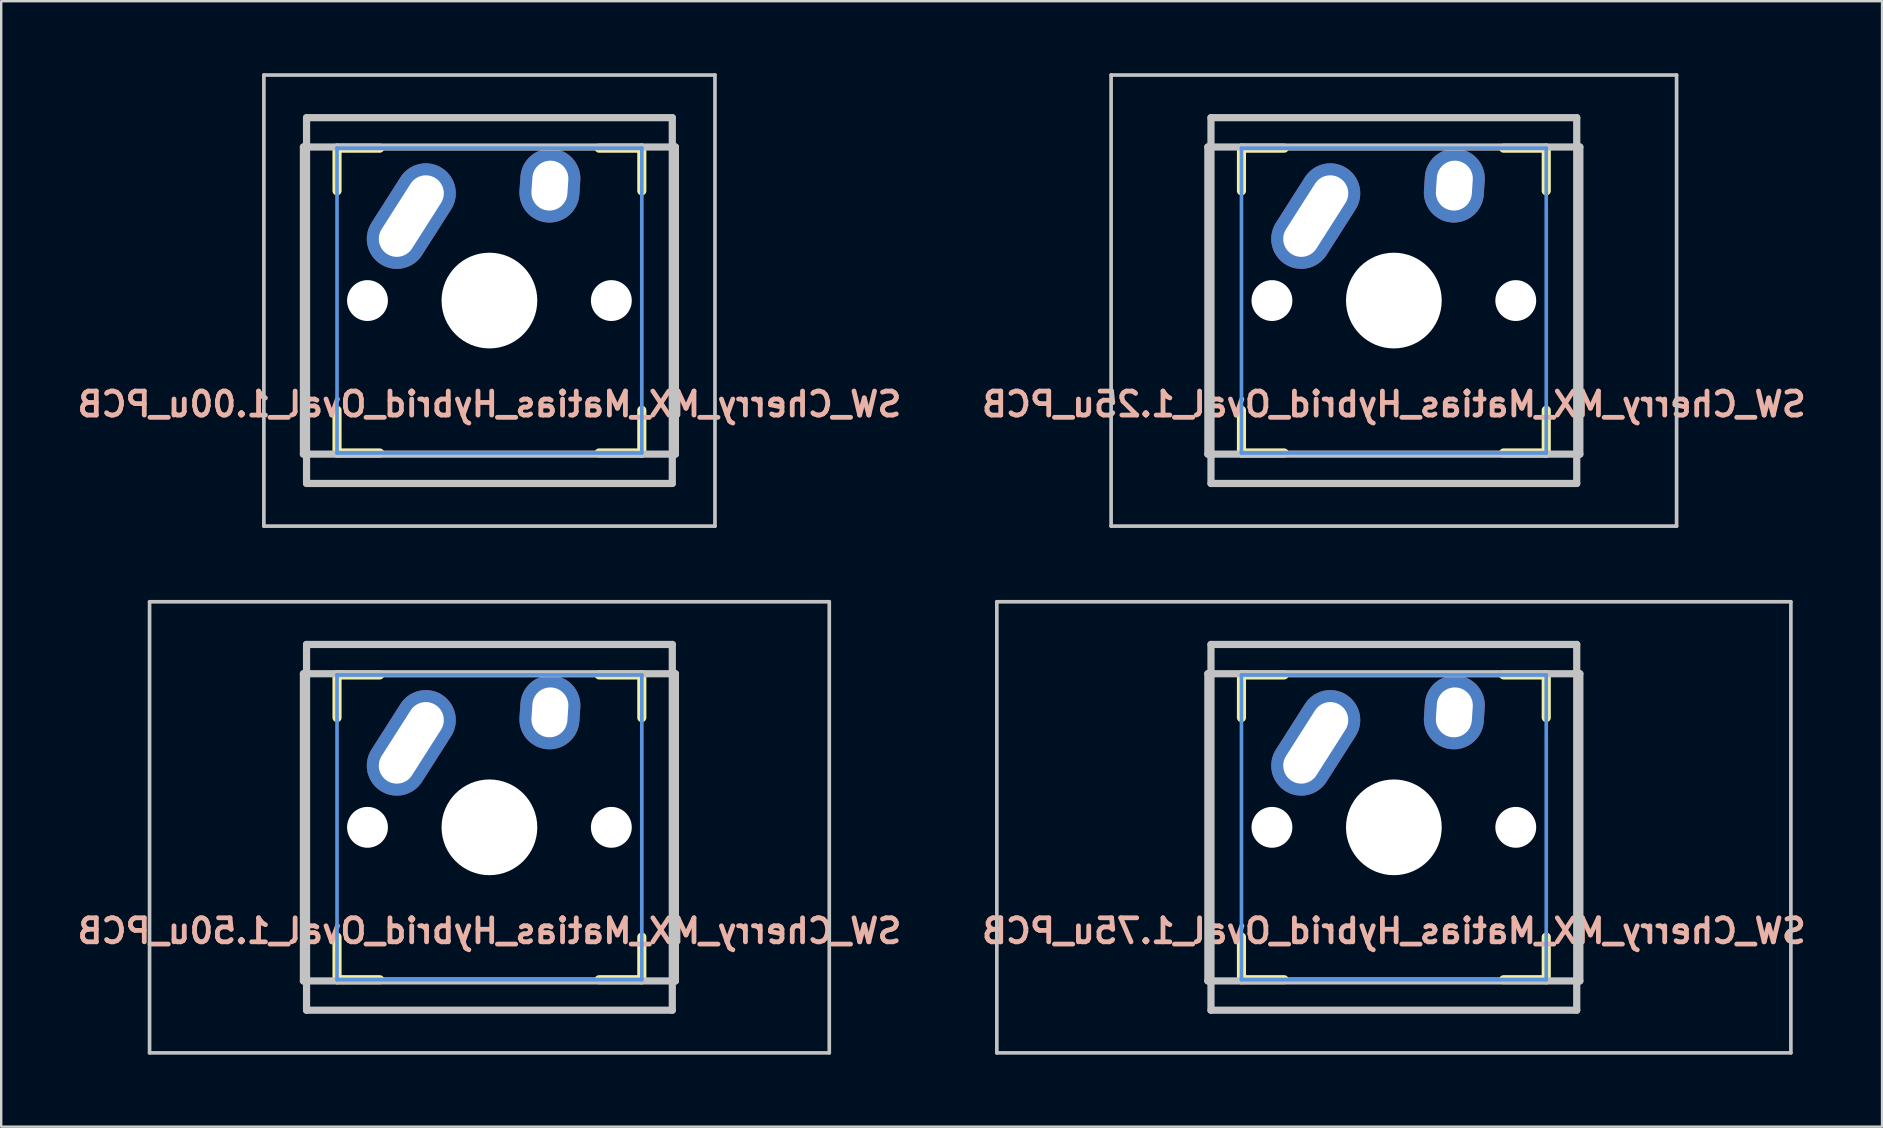
<source format=kicad_pcb>
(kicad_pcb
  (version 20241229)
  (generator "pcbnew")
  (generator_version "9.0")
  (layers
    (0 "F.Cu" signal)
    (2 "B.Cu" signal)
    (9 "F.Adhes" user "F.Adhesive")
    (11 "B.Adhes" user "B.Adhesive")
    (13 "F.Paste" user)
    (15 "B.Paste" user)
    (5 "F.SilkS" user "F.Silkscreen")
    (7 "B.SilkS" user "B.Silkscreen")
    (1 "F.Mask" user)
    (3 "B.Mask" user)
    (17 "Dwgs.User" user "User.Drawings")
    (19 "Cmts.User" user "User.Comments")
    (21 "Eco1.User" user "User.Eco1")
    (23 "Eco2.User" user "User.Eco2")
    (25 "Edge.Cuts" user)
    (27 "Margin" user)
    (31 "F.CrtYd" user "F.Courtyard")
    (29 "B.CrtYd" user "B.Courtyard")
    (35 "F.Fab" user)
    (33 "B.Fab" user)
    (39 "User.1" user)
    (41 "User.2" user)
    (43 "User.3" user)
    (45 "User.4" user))
  (footprint "SW_Cherry_MX_Matias_Hybrid_Oval_1.25u_PCB"
    (layer "F.Cu")
    (at 55.029 9.474)
    (property "Reference" "SW_Cherry_MX_Matias_Hybrid_Oval_1.25u_PCB" (at 0 4.318 0) (layer "B.SilkS") (effects (font (size 1 1) (thickness 0.2)) (justify mirror)))
    (attr through_hole)
    (fp_line (start -6.35 -6.35) (end -4.572 -6.35) (stroke (width 0.381) (type solid)) (layer "F.SilkS"))
    (fp_line (start -6.35 -4.572) (end -6.35 -6.35) (stroke (width 0.381) (type solid)) (layer "F.SilkS"))
    (fp_line (start -6.35 6.35) (end -6.35 4.572) (stroke (width 0.381) (type solid)) (layer "F.SilkS"))
    (fp_line (start -4.572 6.35) (end -6.35 6.35) (stroke (width 0.381) (type solid)) (layer "F.SilkS"))
    (fp_line (start 4.572 -6.35) (end 6.35 -6.35) (stroke (width 0.381) (type solid)) (layer "F.SilkS"))
    (fp_line (start 6.35 -6.35) (end 6.35 -4.572) (stroke (width 0.381) (type solid)) (layer "F.SilkS"))
    (fp_line (start 6.35 4.572) (end 6.35 6.35) (stroke (width 0.381) (type solid)) (layer "F.SilkS"))
    (fp_line (start 6.35 6.35) (end 4.572 6.35) (stroke (width 0.381) (type solid)) (layer "F.SilkS"))
    (fp_line (start -11.781 -9.398) (end 11.781 -9.398) (stroke (width 0.152) (type solid)) (layer "Dwgs.User"))
    (fp_line (start -11.781 9.398) (end -11.781 -9.398) (stroke (width 0.152) (type solid)) (layer "Dwgs.User"))
    (fp_line (start -7.75 6.4) (end -7.75 -6.4) (stroke (width 0.3) (type solid)) (layer "Dwgs.User"))
    (fp_line (start -7.75 6.4) (end 7.75 6.4) (stroke (width 0.3) (type solid)) (layer "Dwgs.User"))
    (fp_line (start -7.62 -7.62) (end 7.62 -7.62) (stroke (width 0.3) (type solid)) (layer "Dwgs.User"))
    (fp_line (start -7.62 7.62) (end -7.62 -7.62) (stroke (width 0.3) (type solid)) (layer "Dwgs.User"))
    (fp_line (start 7.62 -7.62) (end 7.62 7.62) (stroke (width 0.3) (type solid)) (layer "Dwgs.User"))
    (fp_line (start 7.62 7.62) (end -7.62 7.62) (stroke (width 0.3) (type solid)) (layer "Dwgs.User"))
    (fp_line (start 7.75 -6.4) (end -7.75 -6.4) (stroke (width 0.3) (type solid)) (layer "Dwgs.User"))
    (fp_line (start 7.75 6.4) (end 7.75 -6.4) (stroke (width 0.3) (type solid)) (layer "Dwgs.User"))
    (fp_line (start 11.781 -9.398) (end 11.781 9.398) (stroke (width 0.152) (type solid)) (layer "Dwgs.User"))
    (fp_line (start 11.781 9.398) (end -11.781 9.398) (stroke (width 0.152) (type solid)) (layer "Dwgs.User"))
    (fp_line (start -6.35 -6.35) (end 6.35 -6.35) (stroke (width 0.152) (type solid)) (layer "Cmts.User"))
    (fp_line (start -6.35 6.35) (end -6.35 -6.35) (stroke (width 0.152) (type solid)) (layer "Cmts.User"))
    (fp_line (start 6.35 -6.35) (end 6.35 6.35) (stroke (width 0.152) (type solid)) (layer "Cmts.User"))
    (fp_line (start 6.35 6.35) (end -6.35 6.35) (stroke (width 0.152) (type solid)) (layer "Cmts.User"))
    (fp_line (start -6.985 -6.985) (end 6.985 -6.985) (stroke (width 0.152) (type solid)) (layer "Eco2.User"))
    (fp_line (start -6.985 6.985) (end -6.985 -6.985) (stroke (width 0.152) (type solid)) (layer "Eco2.User"))
    (fp_line (start 6.985 -6.985) (end 6.985 6.985) (stroke (width 0.152) (type solid)) (layer "Eco2.User"))
    (fp_line (start 6.985 6.985) (end -6.985 6.985) (stroke (width 0.152) (type solid)) (layer "Eco2.User"))
    (pad "" np_thru_hole circle (at -5.08 0) (size 1.702 1.702) (drill 1.702) (layers "*.Cu" "*.Mask"))
    (pad "" np_thru_hole circle (at 0 0) (size 3.988 3.988) (drill 3.988) (layers "*.Cu" "*.Mask"))
    (pad "" np_thru_hole circle (at 5.08 0) (size 1.702 1.702) (drill 1.702) (layers "*.Cu" "*.Mask"))
    (pad "1" thru_hole oval (at 2.52 -4.79 356.1) (size 2.5 3.08) (drill oval 1.5 2.08) (layers "*.Cu" "*.Mask"))
    (pad "2" thru_hole oval (at -3.255 -3.52 327.5) (size 2.5 4.75) (drill oval 1.5 3.75) (layers "*.Cu" "*.Mask")))
  (footprint "SW_Cherry_MX_Matias_Hybrid_Oval_1.50u_PCB"
    (layer "F.Cu")
    (at 17.343 31.423)
    (property "Reference" "SW_Cherry_MX_Matias_Hybrid_Oval_1.50u_PCB" (at 0 4.318 0) (layer "B.SilkS") (effects (font (size 1 1) (thickness 0.2)) (justify mirror)))
    (attr through_hole)
    (fp_line (start -6.35 -6.35) (end -4.572 -6.35) (stroke (width 0.381) (type solid)) (layer "F.SilkS"))
    (fp_line (start -6.35 -4.572) (end -6.35 -6.35) (stroke (width 0.381) (type solid)) (layer "F.SilkS"))
    (fp_line (start -6.35 6.35) (end -6.35 4.572) (stroke (width 0.381) (type solid)) (layer "F.SilkS"))
    (fp_line (start -4.572 6.35) (end -6.35 6.35) (stroke (width 0.381) (type solid)) (layer "F.SilkS"))
    (fp_line (start 4.572 -6.35) (end 6.35 -6.35) (stroke (width 0.381) (type solid)) (layer "F.SilkS"))
    (fp_line (start 6.35 -6.35) (end 6.35 -4.572) (stroke (width 0.381) (type solid)) (layer "F.SilkS"))
    (fp_line (start 6.35 4.572) (end 6.35 6.35) (stroke (width 0.381) (type solid)) (layer "F.SilkS"))
    (fp_line (start 6.35 6.35) (end 4.572 6.35) (stroke (width 0.381) (type solid)) (layer "F.SilkS"))
    (fp_line (start -14.161 -9.398) (end 14.161 -9.398) (stroke (width 0.152) (type solid)) (layer "Dwgs.User"))
    (fp_line (start -14.161 9.398) (end -14.161 -9.398) (stroke (width 0.152) (type solid)) (layer "Dwgs.User"))
    (fp_line (start -7.75 6.4) (end -7.75 -6.4) (stroke (width 0.3) (type solid)) (layer "Dwgs.User"))
    (fp_line (start -7.75 6.4) (end 7.75 6.4) (stroke (width 0.3) (type solid)) (layer "Dwgs.User"))
    (fp_line (start -7.62 -7.62) (end 7.62 -7.62) (stroke (width 0.3) (type solid)) (layer "Dwgs.User"))
    (fp_line (start -7.62 7.62) (end -7.62 -7.62) (stroke (width 0.3) (type solid)) (layer "Dwgs.User"))
    (fp_line (start 7.62 -7.62) (end 7.62 7.62) (stroke (width 0.3) (type solid)) (layer "Dwgs.User"))
    (fp_line (start 7.62 7.62) (end -7.62 7.62) (stroke (width 0.3) (type solid)) (layer "Dwgs.User"))
    (fp_line (start 7.75 -6.4) (end -7.75 -6.4) (stroke (width 0.3) (type solid)) (layer "Dwgs.User"))
    (fp_line (start 7.75 6.4) (end 7.75 -6.4) (stroke (width 0.3) (type solid)) (layer "Dwgs.User"))
    (fp_line (start 14.161 -9.398) (end 14.161 9.398) (stroke (width 0.152) (type solid)) (layer "Dwgs.User"))
    (fp_line (start 14.161 9.398) (end -14.161 9.398) (stroke (width 0.152) (type solid)) (layer "Dwgs.User"))
    (fp_line (start -6.35 -6.35) (end 6.35 -6.35) (stroke (width 0.152) (type solid)) (layer "Cmts.User"))
    (fp_line (start -6.35 6.35) (end -6.35 -6.35) (stroke (width 0.152) (type solid)) (layer "Cmts.User"))
    (fp_line (start 6.35 -6.35) (end 6.35 6.35) (stroke (width 0.152) (type solid)) (layer "Cmts.User"))
    (fp_line (start 6.35 6.35) (end -6.35 6.35) (stroke (width 0.152) (type solid)) (layer "Cmts.User"))
    (fp_line (start -6.985 -6.985) (end 6.985 -6.985) (stroke (width 0.152) (type solid)) (layer "Eco2.User"))
    (fp_line (start -6.985 6.985) (end -6.985 -6.985) (stroke (width 0.152) (type solid)) (layer "Eco2.User"))
    (fp_line (start 6.985 -6.985) (end 6.985 6.985) (stroke (width 0.152) (type solid)) (layer "Eco2.User"))
    (fp_line (start 6.985 6.985) (end -6.985 6.985) (stroke (width 0.152) (type solid)) (layer "Eco2.User"))
    (pad "" np_thru_hole circle (at -5.08 0) (size 1.702 1.702) (drill 1.702) (layers "*.Cu" "*.Mask"))
    (pad "" np_thru_hole circle (at 0 0) (size 3.988 3.988) (drill 3.988) (layers "*.Cu" "*.Mask"))
    (pad "" np_thru_hole circle (at 5.08 0) (size 1.702 1.702) (drill 1.702) (layers "*.Cu" "*.Mask"))
    (pad "1" thru_hole oval (at 2.52 -4.79 356.1) (size 2.5 3.08) (drill oval 1.5 2.08) (layers "*.Cu" "*.Mask"))
    (pad "2" thru_hole oval (at -3.255 -3.52 327.5) (size 2.5 4.75) (drill oval 1.5 3.75) (layers "*.Cu" "*.Mask")))
  (footprint "SW_Cherry_MX_Matias_Hybrid_Oval_1.00u_PCB"
    (layer "F.Cu")
    (at 17.343 9.474)
    (property "Reference" "SW_Cherry_MX_Matias_Hybrid_Oval_1.00u_PCB" (at 0 4.318 0) (layer "B.SilkS") (effects (font (size 1 1) (thickness 0.2)) (justify mirror)))
    (attr through_hole)
    (fp_line (start -6.35 -6.35) (end -4.572 -6.35) (stroke (width 0.381) (type solid)) (layer "F.SilkS"))
    (fp_line (start -6.35 -4.572) (end -6.35 -6.35) (stroke (width 0.381) (type solid)) (layer "F.SilkS"))
    (fp_line (start -6.35 6.35) (end -6.35 4.572) (stroke (width 0.381) (type solid)) (layer "F.SilkS"))
    (fp_line (start -4.572 6.35) (end -6.35 6.35) (stroke (width 0.381) (type solid)) (layer "F.SilkS"))
    (fp_line (start 4.572 -6.35) (end 6.35 -6.35) (stroke (width 0.381) (type solid)) (layer "F.SilkS"))
    (fp_line (start 6.35 -6.35) (end 6.35 -4.572) (stroke (width 0.381) (type solid)) (layer "F.SilkS"))
    (fp_line (start 6.35 4.572) (end 6.35 6.35) (stroke (width 0.381) (type solid)) (layer "F.SilkS"))
    (fp_line (start 6.35 6.35) (end 4.572 6.35) (stroke (width 0.381) (type solid)) (layer "F.SilkS"))
    (fp_line (start -9.398 -9.398) (end 9.398 -9.398) (stroke (width 0.152) (type solid)) (layer "Dwgs.User"))
    (fp_line (start -9.398 9.398) (end -9.398 -9.398) (stroke (width 0.152) (type solid)) (layer "Dwgs.User"))
    (fp_line (start -7.75 6.4) (end -7.75 -6.4) (stroke (width 0.3) (type solid)) (layer "Dwgs.User"))
    (fp_line (start -7.75 6.4) (end 7.75 6.4) (stroke (width 0.3) (type solid)) (layer "Dwgs.User"))
    (fp_line (start -7.62 -7.62) (end 7.62 -7.62) (stroke (width 0.3) (type solid)) (layer "Dwgs.User"))
    (fp_line (start -7.62 7.62) (end -7.62 -7.62) (stroke (width 0.3) (type solid)) (layer "Dwgs.User"))
    (fp_line (start 7.62 -7.62) (end 7.62 7.62) (stroke (width 0.3) (type solid)) (layer "Dwgs.User"))
    (fp_line (start 7.62 7.62) (end -7.62 7.62) (stroke (width 0.3) (type solid)) (layer "Dwgs.User"))
    (fp_line (start 7.75 -6.4) (end -7.75 -6.4) (stroke (width 0.3) (type solid)) (layer "Dwgs.User"))
    (fp_line (start 7.75 6.4) (end 7.75 -6.4) (stroke (width 0.3) (type solid)) (layer "Dwgs.User"))
    (fp_line (start 9.398 -9.398) (end 9.398 9.398) (stroke (width 0.152) (type solid)) (layer "Dwgs.User"))
    (fp_line (start 9.398 9.398) (end -9.398 9.398) (stroke (width 0.152) (type solid)) (layer "Dwgs.User"))
    (fp_line (start -6.35 -6.35) (end 6.35 -6.35) (stroke (width 0.152) (type solid)) (layer "Cmts.User"))
    (fp_line (start -6.35 6.35) (end -6.35 -6.35) (stroke (width 0.152) (type solid)) (layer "Cmts.User"))
    (fp_line (start 6.35 -6.35) (end 6.35 6.35) (stroke (width 0.152) (type solid)) (layer "Cmts.User"))
    (fp_line (start 6.35 6.35) (end -6.35 6.35) (stroke (width 0.152) (type solid)) (layer "Cmts.User"))
    (fp_line (start -6.985 -6.985) (end 6.985 -6.985) (stroke (width 0.152) (type solid)) (layer "Eco2.User"))
    (fp_line (start -6.985 6.985) (end -6.985 -6.985) (stroke (width 0.152) (type solid)) (layer "Eco2.User"))
    (fp_line (start 6.985 -6.985) (end 6.985 6.985) (stroke (width 0.152) (type solid)) (layer "Eco2.User"))
    (fp_line (start 6.985 6.985) (end -6.985 6.985) (stroke (width 0.152) (type solid)) (layer "Eco2.User"))
    (pad "" np_thru_hole circle (at -5.08 0) (size 1.702 1.702) (drill 1.702) (layers "*.Cu" "*.Mask"))
    (pad "" np_thru_hole circle (at 0 0) (size 3.988 3.988) (drill 3.988) (layers "*.Cu" "*.Mask"))
    (pad "" np_thru_hole circle (at 5.08 0) (size 1.702 1.702) (drill 1.702) (layers "*.Cu" "*.Mask"))
    (pad "1" thru_hole oval (at 2.52 -4.79 356.1) (size 2.5 3.08) (drill oval 1.5 2.08) (layers "*.Cu" "*.Mask"))
    (pad "2" thru_hole oval (at -3.255 -3.52 327.5) (size 2.5 4.75) (drill oval 1.5 3.75) (layers "*.Cu" "*.Mask")))
  (footprint "SW_Cherry_MX_Matias_Hybrid_Oval_1.75u_PCB"
    (layer "F.Cu")
    (at 55.029 31.423)
    (property "Reference" "SW_Cherry_MX_Matias_Hybrid_Oval_1.75u_PCB" (at 0 4.318 0) (layer "B.SilkS") (effects (font (size 1 1) (thickness 0.2)) (justify mirror)))
    (attr through_hole)
    (fp_line (start -6.35 -6.35) (end -4.572 -6.35) (stroke (width 0.381) (type solid)) (layer "F.SilkS"))
    (fp_line (start -6.35 -4.572) (end -6.35 -6.35) (stroke (width 0.381) (type solid)) (layer "F.SilkS"))
    (fp_line (start -6.35 6.35) (end -6.35 4.572) (stroke (width 0.381) (type solid)) (layer "F.SilkS"))
    (fp_line (start -4.572 6.35) (end -6.35 6.35) (stroke (width 0.381) (type solid)) (layer "F.SilkS"))
    (fp_line (start 4.572 -6.35) (end 6.35 -6.35) (stroke (width 0.381) (type solid)) (layer "F.SilkS"))
    (fp_line (start 6.35 -6.35) (end 6.35 -4.572) (stroke (width 0.381) (type solid)) (layer "F.SilkS"))
    (fp_line (start 6.35 4.572) (end 6.35 6.35) (stroke (width 0.381) (type solid)) (layer "F.SilkS"))
    (fp_line (start 6.35 6.35) (end 4.572 6.35) (stroke (width 0.381) (type solid)) (layer "F.SilkS"))
    (fp_line (start -16.543 -9.398) (end 16.543 -9.398) (stroke (width 0.152) (type solid)) (layer "Dwgs.User"))
    (fp_line (start -16.543 9.398) (end -16.543 -9.398) (stroke (width 0.152) (type solid)) (layer "Dwgs.User"))
    (fp_line (start -7.75 6.4) (end -7.75 -6.4) (stroke (width 0.3) (type solid)) (layer "Dwgs.User"))
    (fp_line (start -7.75 6.4) (end 7.75 6.4) (stroke (width 0.3) (type solid)) (layer "Dwgs.User"))
    (fp_line (start -7.62 -7.62) (end 7.62 -7.62) (stroke (width 0.3) (type solid)) (layer "Dwgs.User"))
    (fp_line (start -7.62 7.62) (end -7.62 -7.62) (stroke (width 0.3) (type solid)) (layer "Dwgs.User"))
    (fp_line (start 7.62 -7.62) (end 7.62 7.62) (stroke (width 0.3) (type solid)) (layer "Dwgs.User"))
    (fp_line (start 7.62 7.62) (end -7.62 7.62) (stroke (width 0.3) (type solid)) (layer "Dwgs.User"))
    (fp_line (start 7.75 -6.4) (end -7.75 -6.4) (stroke (width 0.3) (type solid)) (layer "Dwgs.User"))
    (fp_line (start 7.75 6.4) (end 7.75 -6.4) (stroke (width 0.3) (type solid)) (layer "Dwgs.User"))
    (fp_line (start 16.543 -9.398) (end 16.543 9.398) (stroke (width 0.152) (type solid)) (layer "Dwgs.User"))
    (fp_line (start 16.543 9.398) (end -16.543 9.398) (stroke (width 0.152) (type solid)) (layer "Dwgs.User"))
    (fp_line (start -6.35 -6.35) (end 6.35 -6.35) (stroke (width 0.152) (type solid)) (layer "Cmts.User"))
    (fp_line (start -6.35 6.35) (end -6.35 -6.35) (stroke (width 0.152) (type solid)) (layer "Cmts.User"))
    (fp_line (start 6.35 -6.35) (end 6.35 6.35) (stroke (width 0.152) (type solid)) (layer "Cmts.User"))
    (fp_line (start 6.35 6.35) (end -6.35 6.35) (stroke (width 0.152) (type solid)) (layer "Cmts.User"))
    (fp_line (start -6.985 -6.985) (end 6.985 -6.985) (stroke (width 0.152) (type solid)) (layer "Eco2.User"))
    (fp_line (start -6.985 6.985) (end -6.985 -6.985) (stroke (width 0.152) (type solid)) (layer "Eco2.User"))
    (fp_line (start 6.985 -6.985) (end 6.985 6.985) (stroke (width 0.152) (type solid)) (layer "Eco2.User"))
    (fp_line (start 6.985 6.985) (end -6.985 6.985) (stroke (width 0.152) (type solid)) (layer "Eco2.User"))
    (pad "" np_thru_hole circle (at -5.08 0) (size 1.702 1.702) (drill 1.702) (layers "*.Cu" "*.Mask"))
    (pad "" np_thru_hole circle (at 0 0) (size 3.988 3.988) (drill 3.988) (layers "*.Cu" "*.Mask"))
    (pad "" np_thru_hole circle (at 5.08 0) (size 1.702 1.702) (drill 1.702) (layers "*.Cu" "*.Mask"))
    (pad "1" thru_hole oval (at 2.52 -4.79 356.1) (size 2.5 3.08) (drill oval 1.5 2.08) (layers "*.Cu" "*.Mask"))
    (pad "2" thru_hole oval (at -3.255 -3.52 327.5) (size 2.5 4.75) (drill oval 1.5 3.75) (layers "*.Cu" "*.Mask")))
  (gr_rect
    (start -3 -3)
    (end 75.371 43.897)
    (stroke (width 0.1) (type default))
    (fill no)
    (layer "Edge.Cuts")))
</source>
